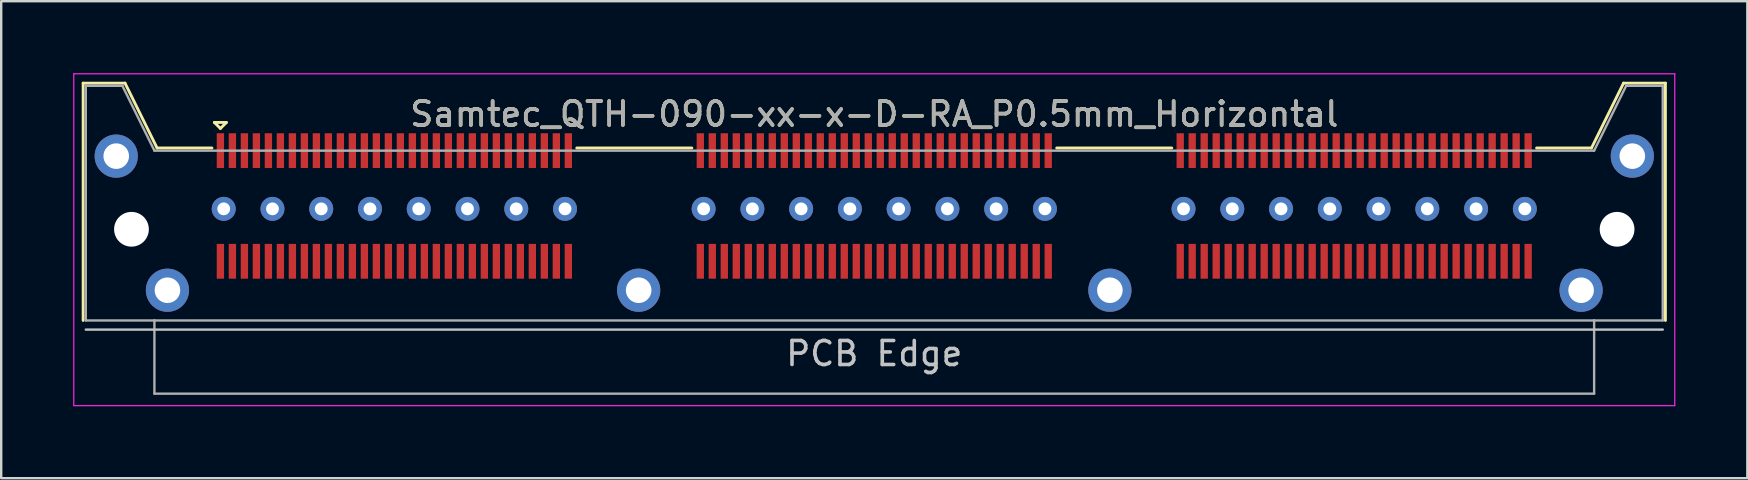
<source format=kicad_pcb>
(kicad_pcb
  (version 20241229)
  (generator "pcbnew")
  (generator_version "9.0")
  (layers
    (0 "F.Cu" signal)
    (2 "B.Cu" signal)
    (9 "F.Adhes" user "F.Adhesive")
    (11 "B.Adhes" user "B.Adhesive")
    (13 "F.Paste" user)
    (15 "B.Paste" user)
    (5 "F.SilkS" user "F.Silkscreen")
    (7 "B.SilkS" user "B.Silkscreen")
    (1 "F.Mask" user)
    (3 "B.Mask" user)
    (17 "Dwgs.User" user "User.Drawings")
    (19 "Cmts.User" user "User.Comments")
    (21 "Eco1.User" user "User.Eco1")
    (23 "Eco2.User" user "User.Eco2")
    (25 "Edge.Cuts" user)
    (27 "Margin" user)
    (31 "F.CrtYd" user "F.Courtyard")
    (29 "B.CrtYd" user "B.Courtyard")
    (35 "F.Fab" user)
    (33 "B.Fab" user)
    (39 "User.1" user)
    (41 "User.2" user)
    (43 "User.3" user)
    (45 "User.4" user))
  (footprint "Samtec_QTH-090-xx-x-D-RA_P0.5mm_Horizontal"
    (layer "F.Cu")
    (at 33.385 6.505)
    (property "Reference" "Samtec_QTH-090-xx-x-D-RA_P0.5mm_Horizontal" (at 0 -4.8 0) (layer "F.SilkS") (effects (font (size 1 1) (thickness 0.15))))
    (attr smd)
    (fp_line (start -32.97 -6.09) (end -32.97 3.8) (stroke (width 0.12) (type solid)) (layer "F.SilkS"))
    (fp_line (start -31.225 -6.09) (end -32.97 -6.09) (stroke (width 0.12) (type solid)) (layer "F.SilkS"))
    (fp_line (start -29.89 -3.387) (end -31.225 -6.09) (stroke (width 0.12) (type solid)) (layer "F.SilkS"))
    (fp_line (start -29.89 -3.387) (end -27.602 -3.387) (stroke (width 0.12) (type solid)) (layer "F.SilkS"))
    (fp_line (start -27.5 -4.452) (end -27 -4.452) (stroke (width 0.12) (type solid)) (layer "F.SilkS"))
    (fp_line (start -27.25 -4.202) (end -27.5 -4.452) (stroke (width 0.12) (type solid)) (layer "F.SilkS"))
    (fp_line (start -27 -4.452) (end -27.25 -4.202) (stroke (width 0.12) (type solid)) (layer "F.SilkS"))
    (fp_line (start -12.398 -3.387) (end -7.603 -3.387) (stroke (width 0.12) (type solid)) (layer "F.SilkS"))
    (fp_line (start 7.603 -3.387) (end 12.398 -3.387) (stroke (width 0.12) (type solid)) (layer "F.SilkS"))
    (fp_line (start 29.89 -3.387) (end 27.602 -3.387) (stroke (width 0.12) (type solid)) (layer "F.SilkS"))
    (fp_line (start 29.89 -3.387) (end 31.225 -6.09) (stroke (width 0.12) (type solid)) (layer "F.SilkS"))
    (fp_line (start 31.225 -6.09) (end 32.97 -6.09) (stroke (width 0.12) (type solid)) (layer "F.SilkS"))
    (fp_line (start 32.97 -6.09) (end 32.97 3.8) (stroke (width 0.12) (type solid)) (layer "F.SilkS"))
    (fp_line (start -32.86 4.18) (end 32.86 4.18) (stroke (width 0.1) (type solid)) (layer "Dwgs.User"))
    (fp_line (start -33.36 -6.48) (end -33.36 7.35) (stroke (width 0.05) (type solid)) (layer "F.CrtYd"))
    (fp_line (start -33.36 7.35) (end 33.36 7.35) (stroke (width 0.05) (type solid)) (layer "F.CrtYd"))
    (fp_line (start 33.36 -6.48) (end -33.36 -6.48) (stroke (width 0.05) (type solid)) (layer "F.CrtYd"))
    (fp_line (start 33.36 7.35) (end 33.36 -6.48) (stroke (width 0.05) (type solid)) (layer "F.CrtYd"))
    (fp_line (start -32.86 -5.98) (end -32.86 3.8) (stroke (width 0.1) (type solid)) (layer "F.Fab"))
    (fp_line (start -32.86 3.8) (end -30 3.8) (stroke (width 0.1) (type solid)) (layer "F.Fab"))
    (fp_line (start -31.335 -5.98) (end -32.86 -5.98) (stroke (width 0.1) (type solid)) (layer "F.Fab"))
    (fp_line (start -30 -3.277) (end -31.335 -5.98) (stroke (width 0.1) (type solid)) (layer "F.Fab"))
    (fp_line (start -30 -3.277) (end 30 -3.277) (stroke (width 0.1) (type solid)) (layer "F.Fab"))
    (fp_line (start -30 3.8) (end -30 6.85) (stroke (width 0.1) (type solid)) (layer "F.Fab"))
    (fp_line (start -30 6.85) (end 30 6.85) (stroke (width 0.1) (type solid)) (layer "F.Fab"))
    (fp_line (start 30 -3.277) (end 31.335 -5.98) (stroke (width 0.1) (type solid)) (layer "F.Fab"))
    (fp_line (start 30 3.8) (end -30 3.8) (stroke (width 0.1) (type solid)) (layer "F.Fab"))
    (fp_line (start 30 6.85) (end 30 3.8) (stroke (width 0.1) (type solid)) (layer "F.Fab"))
    (fp_line (start 31.335 -5.98) (end 32.86 -5.98) (stroke (width 0.1) (type solid)) (layer "F.Fab"))
    (fp_line (start 32.86 -5.98) (end 32.86 3.8) (stroke (width 0.1) (type solid)) (layer "F.Fab"))
    (fp_line (start 32.86 3.8) (end 30 3.8) (stroke (width 0.1) (type solid)) (layer "F.Fab"))
    (fp_text user "PCB Edge" (at 0 5.18 0) (layer "Dwgs.User") (effects (font (size 1 1) (thickness 0.15))))
    (fp_text user "${REFERENCE}" (at 0 -4.8 0) (layer "F.Fab") (effects (font (size 1 1) (thickness 0.15))))
    (pad "" np_thru_hole circle (at -30.956 0) (size 1.448 1.448) (drill 1.448) (layers "*.Cu" "*.Mask"))
    (pad "" np_thru_hole circle (at 30.956 0) (size 1.448 1.448) (drill 1.448) (layers "*.Cu" "*.Mask"))
    (pad "1" smd rect (at -27.25 -3.277) (size 0.305 1.45) (layers "F.Cu" "F.Mask" "F.Paste"))
    (pad "2" smd rect (at -27.25 1.334) (size 0.305 1.45) (layers "F.Cu" "F.Mask" "F.Paste"))
    (pad "3" smd rect (at -26.75 -3.277) (size 0.305 1.45) (layers "F.Cu" "F.Mask" "F.Paste"))
    (pad "4" smd rect (at -26.75 1.334) (size 0.305 1.45) (layers "F.Cu" "F.Mask" "F.Paste"))
    (pad "5" smd rect (at -26.25 -3.277) (size 0.305 1.45) (layers "F.Cu" "F.Mask" "F.Paste"))
    (pad "6" smd rect (at -26.25 1.334) (size 0.305 1.45) (layers "F.Cu" "F.Mask" "F.Paste"))
    (pad "7" smd rect (at -25.75 -3.277) (size 0.305 1.45) (layers "F.Cu" "F.Mask" "F.Paste"))
    (pad "8" smd rect (at -25.75 1.334) (size 0.305 1.45) (layers "F.Cu" "F.Mask" "F.Paste"))
    (pad "9" smd rect (at -25.25 -3.277) (size 0.305 1.45) (layers "F.Cu" "F.Mask" "F.Paste"))
    (pad "10" smd rect (at -25.25 1.334) (size 0.305 1.45) (layers "F.Cu" "F.Mask" "F.Paste"))
    (pad "11" smd rect (at -24.75 -3.277) (size 0.305 1.45) (layers "F.Cu" "F.Mask" "F.Paste"))
    (pad "12" smd rect (at -24.75 1.334) (size 0.305 1.45) (layers "F.Cu" "F.Mask" "F.Paste"))
    (pad "13" smd rect (at -24.25 -3.277) (size 0.305 1.45) (layers "F.Cu" "F.Mask" "F.Paste"))
    (pad "14" smd rect (at -24.25 1.334) (size 0.305 1.45) (layers "F.Cu" "F.Mask" "F.Paste"))
    (pad "15" smd rect (at -23.75 -3.277) (size 0.305 1.45) (layers "F.Cu" "F.Mask" "F.Paste"))
    (pad "16" smd rect (at -23.75 1.334) (size 0.305 1.45) (layers "F.Cu" "F.Mask" "F.Paste"))
    (pad "17" smd rect (at -23.25 -3.277) (size 0.305 1.45) (layers "F.Cu" "F.Mask" "F.Paste"))
    (pad "18" smd rect (at -23.25 1.334) (size 0.305 1.45) (layers "F.Cu" "F.Mask" "F.Paste"))
    (pad "19" smd rect (at -22.75 -3.277) (size 0.305 1.45) (layers "F.Cu" "F.Mask" "F.Paste"))
    (pad "20" smd rect (at -22.75 1.334) (size 0.305 1.45) (layers "F.Cu" "F.Mask" "F.Paste"))
    (pad "21" smd rect (at -22.25 -3.277) (size 0.305 1.45) (layers "F.Cu" "F.Mask" "F.Paste"))
    (pad "22" smd rect (at -22.25 1.334) (size 0.305 1.45) (layers "F.Cu" "F.Mask" "F.Paste"))
    (pad "23" smd rect (at -21.75 -3.277) (size 0.305 1.45) (layers "F.Cu" "F.Mask" "F.Paste"))
    (pad "24" smd rect (at -21.75 1.334) (size 0.305 1.45) (layers "F.Cu" "F.Mask" "F.Paste"))
    (pad "25" smd rect (at -21.25 -3.277) (size 0.305 1.45) (layers "F.Cu" "F.Mask" "F.Paste"))
    (pad "26" smd rect (at -21.25 1.334) (size 0.305 1.45) (layers "F.Cu" "F.Mask" "F.Paste"))
    (pad "27" smd rect (at -20.75 -3.277) (size 0.305 1.45) (layers "F.Cu" "F.Mask" "F.Paste"))
    (pad "28" smd rect (at -20.75 1.334) (size 0.305 1.45) (layers "F.Cu" "F.Mask" "F.Paste"))
    (pad "29" smd rect (at -20.25 -3.277) (size 0.305 1.45) (layers "F.Cu" "F.Mask" "F.Paste"))
    (pad "30" smd rect (at -20.25 1.334) (size 0.305 1.45) (layers "F.Cu" "F.Mask" "F.Paste"))
    (pad "31" smd rect (at -19.75 -3.277) (size 0.305 1.45) (layers "F.Cu" "F.Mask" "F.Paste"))
    (pad "32" smd rect (at -19.75 1.334) (size 0.305 1.45) (layers "F.Cu" "F.Mask" "F.Paste"))
    (pad "33" smd rect (at -19.25 -3.277) (size 0.305 1.45) (layers "F.Cu" "F.Mask" "F.Paste"))
    (pad "34" smd rect (at -19.25 1.334) (size 0.305 1.45) (layers "F.Cu" "F.Mask" "F.Paste"))
    (pad "35" smd rect (at -18.75 -3.277) (size 0.305 1.45) (layers "F.Cu" "F.Mask" "F.Paste"))
    (pad "36" smd rect (at -18.75 1.334) (size 0.305 1.45) (layers "F.Cu" "F.Mask" "F.Paste"))
    (pad "37" smd rect (at -18.25 -3.277) (size 0.305 1.45) (layers "F.Cu" "F.Mask" "F.Paste"))
    (pad "38" smd rect (at -18.25 1.334) (size 0.305 1.45) (layers "F.Cu" "F.Mask" "F.Paste"))
    (pad "39" smd rect (at -17.75 -3.277) (size 0.305 1.45) (layers "F.Cu" "F.Mask" "F.Paste"))
    (pad "40" smd rect (at -17.75 1.334) (size 0.305 1.45) (layers "F.Cu" "F.Mask" "F.Paste"))
    (pad "41" smd rect (at -17.25 -3.277) (size 0.305 1.45) (layers "F.Cu" "F.Mask" "F.Paste"))
    (pad "42" smd rect (at -17.25 1.334) (size 0.305 1.45) (layers "F.Cu" "F.Mask" "F.Paste"))
    (pad "43" smd rect (at -16.75 -3.277) (size 0.305 1.45) (layers "F.Cu" "F.Mask" "F.Paste"))
    (pad "44" smd rect (at -16.75 1.334) (size 0.305 1.45) (layers "F.Cu" "F.Mask" "F.Paste"))
    (pad "45" smd rect (at -16.25 -3.277) (size 0.305 1.45) (layers "F.Cu" "F.Mask" "F.Paste"))
    (pad "46" smd rect (at -16.25 1.334) (size 0.305 1.45) (layers "F.Cu" "F.Mask" "F.Paste"))
    (pad "47" smd rect (at -15.75 -3.277) (size 0.305 1.45) (layers "F.Cu" "F.Mask" "F.Paste"))
    (pad "48" smd rect (at -15.75 1.334) (size 0.305 1.45) (layers "F.Cu" "F.Mask" "F.Paste"))
    (pad "49" smd rect (at -15.25 -3.277) (size 0.305 1.45) (layers "F.Cu" "F.Mask" "F.Paste"))
    (pad "50" smd rect (at -15.25 1.334) (size 0.305 1.45) (layers "F.Cu" "F.Mask" "F.Paste"))
    (pad "51" smd rect (at -14.75 -3.277) (size 0.305 1.45) (layers "F.Cu" "F.Mask" "F.Paste"))
    (pad "52" smd rect (at -14.75 1.334) (size 0.305 1.45) (layers "F.Cu" "F.Mask" "F.Paste"))
    (pad "53" smd rect (at -14.25 -3.277) (size 0.305 1.45) (layers "F.Cu" "F.Mask" "F.Paste"))
    (pad "54" smd rect (at -14.25 1.334) (size 0.305 1.45) (layers "F.Cu" "F.Mask" "F.Paste"))
    (pad "55" smd rect (at -13.75 -3.277) (size 0.305 1.45) (layers "F.Cu" "F.Mask" "F.Paste"))
    (pad "56" smd rect (at -13.75 1.334) (size 0.305 1.45) (layers "F.Cu" "F.Mask" "F.Paste"))
    (pad "57" smd rect (at -13.25 -3.277) (size 0.305 1.45) (layers "F.Cu" "F.Mask" "F.Paste"))
    (pad "58" smd rect (at -13.25 1.334) (size 0.305 1.45) (layers "F.Cu" "F.Mask" "F.Paste"))
    (pad "59" smd rect (at -12.75 -3.277) (size 0.305 1.45) (layers "F.Cu" "F.Mask" "F.Paste"))
    (pad "60" smd rect (at -12.75 1.334) (size 0.305 1.45) (layers "F.Cu" "F.Mask" "F.Paste"))
    (pad "61" smd rect (at -7.25 -3.277) (size 0.305 1.45) (layers "F.Cu" "F.Mask" "F.Paste"))
    (pad "62" smd rect (at -7.25 1.334) (size 0.305 1.45) (layers "F.Cu" "F.Mask" "F.Paste"))
    (pad "63" smd rect (at -6.75 -3.277) (size 0.305 1.45) (layers "F.Cu" "F.Mask" "F.Paste"))
    (pad "64" smd rect (at -6.75 1.334) (size 0.305 1.45) (layers "F.Cu" "F.Mask" "F.Paste"))
    (pad "65" smd rect (at -6.25 -3.277) (size 0.305 1.45) (layers "F.Cu" "F.Mask" "F.Paste"))
    (pad "66" smd rect (at -6.25 1.334) (size 0.305 1.45) (layers "F.Cu" "F.Mask" "F.Paste"))
    (pad "67" smd rect (at -5.75 -3.277) (size 0.305 1.45) (layers "F.Cu" "F.Mask" "F.Paste"))
    (pad "68" smd rect (at -5.75 1.334) (size 0.305 1.45) (layers "F.Cu" "F.Mask" "F.Paste"))
    (pad "69" smd rect (at -5.25 -3.277) (size 0.305 1.45) (layers "F.Cu" "F.Mask" "F.Paste"))
    (pad "70" smd rect (at -5.25 1.334) (size 0.305 1.45) (layers "F.Cu" "F.Mask" "F.Paste"))
    (pad "71" smd rect (at -4.75 -3.277) (size 0.305 1.45) (layers "F.Cu" "F.Mask" "F.Paste"))
    (pad "72" smd rect (at -4.75 1.334) (size 0.305 1.45) (layers "F.Cu" "F.Mask" "F.Paste"))
    (pad "73" smd rect (at -4.25 -3.277) (size 0.305 1.45) (layers "F.Cu" "F.Mask" "F.Paste"))
    (pad "74" smd rect (at -4.25 1.334) (size 0.305 1.45) (layers "F.Cu" "F.Mask" "F.Paste"))
    (pad "75" smd rect (at -3.75 -3.277) (size 0.305 1.45) (layers "F.Cu" "F.Mask" "F.Paste"))
    (pad "76" smd rect (at -3.75 1.334) (size 0.305 1.45) (layers "F.Cu" "F.Mask" "F.Paste"))
    (pad "77" smd rect (at -3.25 -3.277) (size 0.305 1.45) (layers "F.Cu" "F.Mask" "F.Paste"))
    (pad "78" smd rect (at -3.25 1.334) (size 0.305 1.45) (layers "F.Cu" "F.Mask" "F.Paste"))
    (pad "79" smd rect (at -2.75 -3.277) (size 0.305 1.45) (layers "F.Cu" "F.Mask" "F.Paste"))
    (pad "80" smd rect (at -2.75 1.334) (size 0.305 1.45) (layers "F.Cu" "F.Mask" "F.Paste"))
    (pad "81" smd rect (at -2.25 -3.277) (size 0.305 1.45) (layers "F.Cu" "F.Mask" "F.Paste"))
    (pad "82" smd rect (at -2.25 1.334) (size 0.305 1.45) (layers "F.Cu" "F.Mask" "F.Paste"))
    (pad "83" smd rect (at -1.75 -3.277) (size 0.305 1.45) (layers "F.Cu" "F.Mask" "F.Paste"))
    (pad "84" smd rect (at -1.75 1.334) (size 0.305 1.45) (layers "F.Cu" "F.Mask" "F.Paste"))
    (pad "85" smd rect (at -1.25 -3.277) (size 0.305 1.45) (layers "F.Cu" "F.Mask" "F.Paste"))
    (pad "86" smd rect (at -1.25 1.334) (size 0.305 1.45) (layers "F.Cu" "F.Mask" "F.Paste"))
    (pad "87" smd rect (at -0.75 -3.277) (size 0.305 1.45) (layers "F.Cu" "F.Mask" "F.Paste"))
    (pad "88" smd rect (at -0.75 1.334) (size 0.305 1.45) (layers "F.Cu" "F.Mask" "F.Paste"))
    (pad "89" smd rect (at -0.25 -3.277) (size 0.305 1.45) (layers "F.Cu" "F.Mask" "F.Paste"))
    (pad "90" smd rect (at -0.25 1.334) (size 0.305 1.45) (layers "F.Cu" "F.Mask" "F.Paste"))
    (pad "91" smd rect (at 0.25 -3.277) (size 0.305 1.45) (layers "F.Cu" "F.Mask" "F.Paste"))
    (pad "92" smd rect (at 0.25 1.334) (size 0.305 1.45) (layers "F.Cu" "F.Mask" "F.Paste"))
    (pad "93" smd rect (at 0.75 -3.277) (size 0.305 1.45) (layers "F.Cu" "F.Mask" "F.Paste"))
    (pad "94" smd rect (at 0.75 1.334) (size 0.305 1.45) (layers "F.Cu" "F.Mask" "F.Paste"))
    (pad "95" smd rect (at 1.25 -3.277) (size 0.305 1.45) (layers "F.Cu" "F.Mask" "F.Paste"))
    (pad "96" smd rect (at 1.25 1.334) (size 0.305 1.45) (layers "F.Cu" "F.Mask" "F.Paste"))
    (pad "97" smd rect (at 1.75 -3.277) (size 0.305 1.45) (layers "F.Cu" "F.Mask" "F.Paste"))
    (pad "98" smd rect (at 1.75 1.334) (size 0.305 1.45) (layers "F.Cu" "F.Mask" "F.Paste"))
    (pad "99" smd rect (at 2.25 -3.277) (size 0.305 1.45) (layers "F.Cu" "F.Mask" "F.Paste"))
    (pad "100" smd rect (at 2.25 1.334) (size 0.305 1.45) (layers "F.Cu" "F.Mask" "F.Paste"))
    (pad "101" smd rect (at 2.75 -3.277) (size 0.305 1.45) (layers "F.Cu" "F.Mask" "F.Paste"))
    (pad "102" smd rect (at 2.75 1.334) (size 0.305 1.45) (layers "F.Cu" "F.Mask" "F.Paste"))
    (pad "103" smd rect (at 3.25 -3.277) (size 0.305 1.45) (layers "F.Cu" "F.Mask" "F.Paste"))
    (pad "104" smd rect (at 3.25 1.334) (size 0.305 1.45) (layers "F.Cu" "F.Mask" "F.Paste"))
    (pad "105" smd rect (at 3.75 -3.277) (size 0.305 1.45) (layers "F.Cu" "F.Mask" "F.Paste"))
    (pad "106" smd rect (at 3.75 1.334) (size 0.305 1.45) (layers "F.Cu" "F.Mask" "F.Paste"))
    (pad "107" smd rect (at 4.25 -3.277) (size 0.305 1.45) (layers "F.Cu" "F.Mask" "F.Paste"))
    (pad "108" smd rect (at 4.25 1.334) (size 0.305 1.45) (layers "F.Cu" "F.Mask" "F.Paste"))
    (pad "109" smd rect (at 4.75 -3.277) (size 0.305 1.45) (layers "F.Cu" "F.Mask" "F.Paste"))
    (pad "110" smd rect (at 4.75 1.334) (size 0.305 1.45) (layers "F.Cu" "F.Mask" "F.Paste"))
    (pad "111" smd rect (at 5.25 -3.277) (size 0.305 1.45) (layers "F.Cu" "F.Mask" "F.Paste"))
    (pad "112" smd rect (at 5.25 1.334) (size 0.305 1.45) (layers "F.Cu" "F.Mask" "F.Paste"))
    (pad "113" smd rect (at 5.75 -3.277) (size 0.305 1.45) (layers "F.Cu" "F.Mask" "F.Paste"))
    (pad "114" smd rect (at 5.75 1.334) (size 0.305 1.45) (layers "F.Cu" "F.Mask" "F.Paste"))
    (pad "115" smd rect (at 6.25 -3.277) (size 0.305 1.45) (layers "F.Cu" "F.Mask" "F.Paste"))
    (pad "116" smd rect (at 6.25 1.334) (size 0.305 1.45) (layers "F.Cu" "F.Mask" "F.Paste"))
    (pad "117" smd rect (at 6.75 -3.277) (size 0.305 1.45) (layers "F.Cu" "F.Mask" "F.Paste"))
    (pad "118" smd rect (at 6.75 1.334) (size 0.305 1.45) (layers "F.Cu" "F.Mask" "F.Paste"))
    (pad "119" smd rect (at 7.25 -3.277) (size 0.305 1.45) (layers "F.Cu" "F.Mask" "F.Paste"))
    (pad "120" smd rect (at 7.25 1.334) (size 0.305 1.45) (layers "F.Cu" "F.Mask" "F.Paste"))
    (pad "121" smd rect (at 12.75 -3.277) (size 0.305 1.45) (layers "F.Cu" "F.Mask" "F.Paste"))
    (pad "122" smd rect (at 12.75 1.334) (size 0.305 1.45) (layers "F.Cu" "F.Mask" "F.Paste"))
    (pad "123" smd rect (at 13.25 -3.277) (size 0.305 1.45) (layers "F.Cu" "F.Mask" "F.Paste"))
    (pad "124" smd rect (at 13.25 1.334) (size 0.305 1.45) (layers "F.Cu" "F.Mask" "F.Paste"))
    (pad "125" smd rect (at 13.75 -3.277) (size 0.305 1.45) (layers "F.Cu" "F.Mask" "F.Paste"))
    (pad "126" smd rect (at 13.75 1.334) (size 0.305 1.45) (layers "F.Cu" "F.Mask" "F.Paste"))
    (pad "127" smd rect (at 14.25 -3.277) (size 0.305 1.45) (layers "F.Cu" "F.Mask" "F.Paste"))
    (pad "128" smd rect (at 14.25 1.334) (size 0.305 1.45) (layers "F.Cu" "F.Mask" "F.Paste"))
    (pad "129" smd rect (at 14.75 -3.277) (size 0.305 1.45) (layers "F.Cu" "F.Mask" "F.Paste"))
    (pad "130" smd rect (at 14.75 1.334) (size 0.305 1.45) (layers "F.Cu" "F.Mask" "F.Paste"))
    (pad "131" smd rect (at 15.25 -3.277) (size 0.305 1.45) (layers "F.Cu" "F.Mask" "F.Paste"))
    (pad "132" smd rect (at 15.25 1.334) (size 0.305 1.45) (layers "F.Cu" "F.Mask" "F.Paste"))
    (pad "133" smd rect (at 15.75 -3.277) (size 0.305 1.45) (layers "F.Cu" "F.Mask" "F.Paste"))
    (pad "134" smd rect (at 15.75 1.334) (size 0.305 1.45) (layers "F.Cu" "F.Mask" "F.Paste"))
    (pad "135" smd rect (at 16.25 -3.277) (size 0.305 1.45) (layers "F.Cu" "F.Mask" "F.Paste"))
    (pad "136" smd rect (at 16.25 1.334) (size 0.305 1.45) (layers "F.Cu" "F.Mask" "F.Paste"))
    (pad "137" smd rect (at 16.75 -3.277) (size 0.305 1.45) (layers "F.Cu" "F.Mask" "F.Paste"))
    (pad "138" smd rect (at 16.75 1.334) (size 0.305 1.45) (layers "F.Cu" "F.Mask" "F.Paste"))
    (pad "139" smd rect (at 17.25 -3.277) (size 0.305 1.45) (layers "F.Cu" "F.Mask" "F.Paste"))
    (pad "140" smd rect (at 17.25 1.334) (size 0.305 1.45) (layers "F.Cu" "F.Mask" "F.Paste"))
    (pad "141" smd rect (at 17.75 -3.277) (size 0.305 1.45) (layers "F.Cu" "F.Mask" "F.Paste"))
    (pad "142" smd rect (at 17.75 1.334) (size 0.305 1.45) (layers "F.Cu" "F.Mask" "F.Paste"))
    (pad "143" smd rect (at 18.25 -3.277) (size 0.305 1.45) (layers "F.Cu" "F.Mask" "F.Paste"))
    (pad "144" smd rect (at 18.25 1.334) (size 0.305 1.45) (layers "F.Cu" "F.Mask" "F.Paste"))
    (pad "145" smd rect (at 18.75 -3.277) (size 0.305 1.45) (layers "F.Cu" "F.Mask" "F.Paste"))
    (pad "146" smd rect (at 18.75 1.334) (size 0.305 1.45) (layers "F.Cu" "F.Mask" "F.Paste"))
    (pad "147" smd rect (at 19.25 -3.277) (size 0.305 1.45) (layers "F.Cu" "F.Mask" "F.Paste"))
    (pad "148" smd rect (at 19.25 1.334) (size 0.305 1.45) (layers "F.Cu" "F.Mask" "F.Paste"))
    (pad "149" smd rect (at 19.75 -3.277) (size 0.305 1.45) (layers "F.Cu" "F.Mask" "F.Paste"))
    (pad "150" smd rect (at 19.75 1.334) (size 0.305 1.45) (layers "F.Cu" "F.Mask" "F.Paste"))
    (pad "151" smd rect (at 20.25 -3.277) (size 0.305 1.45) (layers "F.Cu" "F.Mask" "F.Paste"))
    (pad "152" smd rect (at 20.25 1.334) (size 0.305 1.45) (layers "F.Cu" "F.Mask" "F.Paste"))
    (pad "153" smd rect (at 20.75 -3.277) (size 0.305 1.45) (layers "F.Cu" "F.Mask" "F.Paste"))
    (pad "154" smd rect (at 20.75 1.334) (size 0.305 1.45) (layers "F.Cu" "F.Mask" "F.Paste"))
    (pad "155" smd rect (at 21.25 -3.277) (size 0.305 1.45) (layers "F.Cu" "F.Mask" "F.Paste"))
    (pad "156" smd rect (at 21.25 1.334) (size 0.305 1.45) (layers "F.Cu" "F.Mask" "F.Paste"))
    (pad "157" smd rect (at 21.75 -3.277) (size 0.305 1.45) (layers "F.Cu" "F.Mask" "F.Paste"))
    (pad "158" smd rect (at 21.75 1.334) (size 0.305 1.45) (layers "F.Cu" "F.Mask" "F.Paste"))
    (pad "159" smd rect (at 22.25 -3.277) (size 0.305 1.45) (layers "F.Cu" "F.Mask" "F.Paste"))
    (pad "160" smd rect (at 22.25 1.334) (size 0.305 1.45) (layers "F.Cu" "F.Mask" "F.Paste"))
    (pad "161" smd rect (at 22.75 -3.277) (size 0.305 1.45) (layers "F.Cu" "F.Mask" "F.Paste"))
    (pad "162" smd rect (at 22.75 1.334) (size 0.305 1.45) (layers "F.Cu" "F.Mask" "F.Paste"))
    (pad "163" smd rect (at 23.25 -3.277) (size 0.305 1.45) (layers "F.Cu" "F.Mask" "F.Paste"))
    (pad "164" smd rect (at 23.25 1.334) (size 0.305 1.45) (layers "F.Cu" "F.Mask" "F.Paste"))
    (pad "165" smd rect (at 23.75 -3.277) (size 0.305 1.45) (layers "F.Cu" "F.Mask" "F.Paste"))
    (pad "166" smd rect (at 23.75 1.334) (size 0.305 1.45) (layers "F.Cu" "F.Mask" "F.Paste"))
    (pad "167" smd rect (at 24.25 -3.277) (size 0.305 1.45) (layers "F.Cu" "F.Mask" "F.Paste"))
    (pad "168" smd rect (at 24.25 1.334) (size 0.305 1.45) (layers "F.Cu" "F.Mask" "F.Paste"))
    (pad "169" smd rect (at 24.75 -3.277) (size 0.305 1.45) (layers "F.Cu" "F.Mask" "F.Paste"))
    (pad "170" smd rect (at 24.75 1.334) (size 0.305 1.45) (layers "F.Cu" "F.Mask" "F.Paste"))
    (pad "171" smd rect (at 25.25 -3.277) (size 0.305 1.45) (layers "F.Cu" "F.Mask" "F.Paste"))
    (pad "172" smd rect (at 25.25 1.334) (size 0.305 1.45) (layers "F.Cu" "F.Mask" "F.Paste"))
    (pad "173" smd rect (at 25.75 -3.277) (size 0.305 1.45) (layers "F.Cu" "F.Mask" "F.Paste"))
    (pad "174" smd rect (at 25.75 1.334) (size 0.305 1.45) (layers "F.Cu" "F.Mask" "F.Paste"))
    (pad "175" smd rect (at 26.25 -3.277) (size 0.305 1.45) (layers "F.Cu" "F.Mask" "F.Paste"))
    (pad "176" smd rect (at 26.25 1.334) (size 0.305 1.45) (layers "F.Cu" "F.Mask" "F.Paste"))
    (pad "177" smd rect (at 26.75 -3.277) (size 0.305 1.45) (layers "F.Cu" "F.Mask" "F.Paste"))
    (pad "178" smd rect (at 26.75 1.334) (size 0.305 1.45) (layers "F.Cu" "F.Mask" "F.Paste"))
    (pad "179" smd rect (at 27.25 -3.277) (size 0.305 1.45) (layers "F.Cu" "F.Mask" "F.Paste"))
    (pad "180" smd rect (at 27.25 1.334) (size 0.305 1.45) (layers "F.Cu" "F.Mask" "F.Paste"))
    (pad "MP" thru_hole circle (at -31.591 -3.048) (size 1.8 1.8) (drill 1.067) (layers "*.Cu" "*.Mask"))
    (pad "MP" thru_hole circle (at -29.457 2.54) (size 1.8 1.8) (drill 1.067) (layers "*.Cu" "*.Mask"))
    (pad "MP" thru_hole circle (at -9.819 2.54) (size 1.8 1.8) (drill 1.067) (layers "*.Cu" "*.Mask"))
    (pad "MP" thru_hole circle (at 9.819 2.54) (size 1.8 1.8) (drill 1.067) (layers "*.Cu" "*.Mask"))
    (pad "MP" thru_hole circle (at 29.457 2.54) (size 1.8 1.8) (drill 1.067) (layers "*.Cu" "*.Mask"))
    (pad "MP" thru_hole circle (at 31.591 -3.048) (size 1.8 1.8) (drill 1.067) (layers "*.Cu" "*.Mask"))
    (pad "P1" thru_hole circle (at -27.112 -0.851) (size 1 1) (drill 0.533) (layers "*.Cu" "*.Mask"))
    (pad "P1" thru_hole circle (at -25.08 -0.851) (size 1 1) (drill 0.533) (layers "*.Cu" "*.Mask"))
    (pad "P1" thru_hole circle (at -23.048 -0.851) (size 1 1) (drill 0.533) (layers "*.Cu" "*.Mask"))
    (pad "P1" thru_hole circle (at -21.016 -0.851) (size 1 1) (drill 0.533) (layers "*.Cu" "*.Mask"))
    (pad "P1" thru_hole circle (at -18.984 -0.851) (size 1 1) (drill 0.533) (layers "*.Cu" "*.Mask"))
    (pad "P1" thru_hole circle (at -16.952 -0.851) (size 1 1) (drill 0.533) (layers "*.Cu" "*.Mask"))
    (pad "P1" thru_hole circle (at -14.92 -0.851) (size 1 1) (drill 0.533) (layers "*.Cu" "*.Mask"))
    (pad "P1" thru_hole circle (at -12.888 -0.851) (size 1 1) (drill 0.533) (layers "*.Cu" "*.Mask"))
    (pad "P2" thru_hole circle (at -7.112 -0.851) (size 1 1) (drill 0.533) (layers "*.Cu" "*.Mask"))
    (pad "P2" thru_hole circle (at -5.08 -0.851) (size 1 1) (drill 0.533) (layers "*.Cu" "*.Mask"))
    (pad "P2" thru_hole circle (at -3.048 -0.851) (size 1 1) (drill 0.533) (layers "*.Cu" "*.Mask"))
    (pad "P2" thru_hole circle (at -1.016 -0.851) (size 1 1) (drill 0.533) (layers "*.Cu" "*.Mask"))
    (pad "P2" thru_hole circle (at 1.016 -0.851) (size 1 1) (drill 0.533) (layers "*.Cu" "*.Mask"))
    (pad "P2" thru_hole circle (at 3.048 -0.851) (size 1 1) (drill 0.533) (layers "*.Cu" "*.Mask"))
    (pad "P2" thru_hole circle (at 5.08 -0.851) (size 1 1) (drill 0.533) (layers "*.Cu" "*.Mask"))
    (pad "P2" thru_hole circle (at 7.112 -0.851) (size 1 1) (drill 0.533) (layers "*.Cu" "*.Mask"))
    (pad "P3" thru_hole circle (at 12.888 -0.851) (size 1 1) (drill 0.533) (layers "*.Cu" "*.Mask"))
    (pad "P3" thru_hole circle (at 14.92 -0.851) (size 1 1) (drill 0.533) (layers "*.Cu" "*.Mask"))
    (pad "P3" thru_hole circle (at 16.952 -0.851) (size 1 1) (drill 0.533) (layers "*.Cu" "*.Mask"))
    (pad "P3" thru_hole circle (at 18.984 -0.851) (size 1 1) (drill 0.533) (layers "*.Cu" "*.Mask"))
    (pad "P3" thru_hole circle (at 21.016 -0.851) (size 1 1) (drill 0.533) (layers "*.Cu" "*.Mask"))
    (pad "P3" thru_hole circle (at 23.048 -0.851) (size 1 1) (drill 0.533) (layers "*.Cu" "*.Mask"))
    (pad "P3" thru_hole circle (at 25.08 -0.851) (size 1 1) (drill 0.533) (layers "*.Cu" "*.Mask"))
    (pad "P3" thru_hole circle (at 27.112 -0.851) (size 1 1) (drill 0.533) (layers "*.Cu" "*.Mask")))
  (gr_rect
    (start -3 -3)
    (end 69.77 16.88)
    (stroke (width 0.1) (type default))
    (fill no)
    (layer "Edge.Cuts")))
</source>
